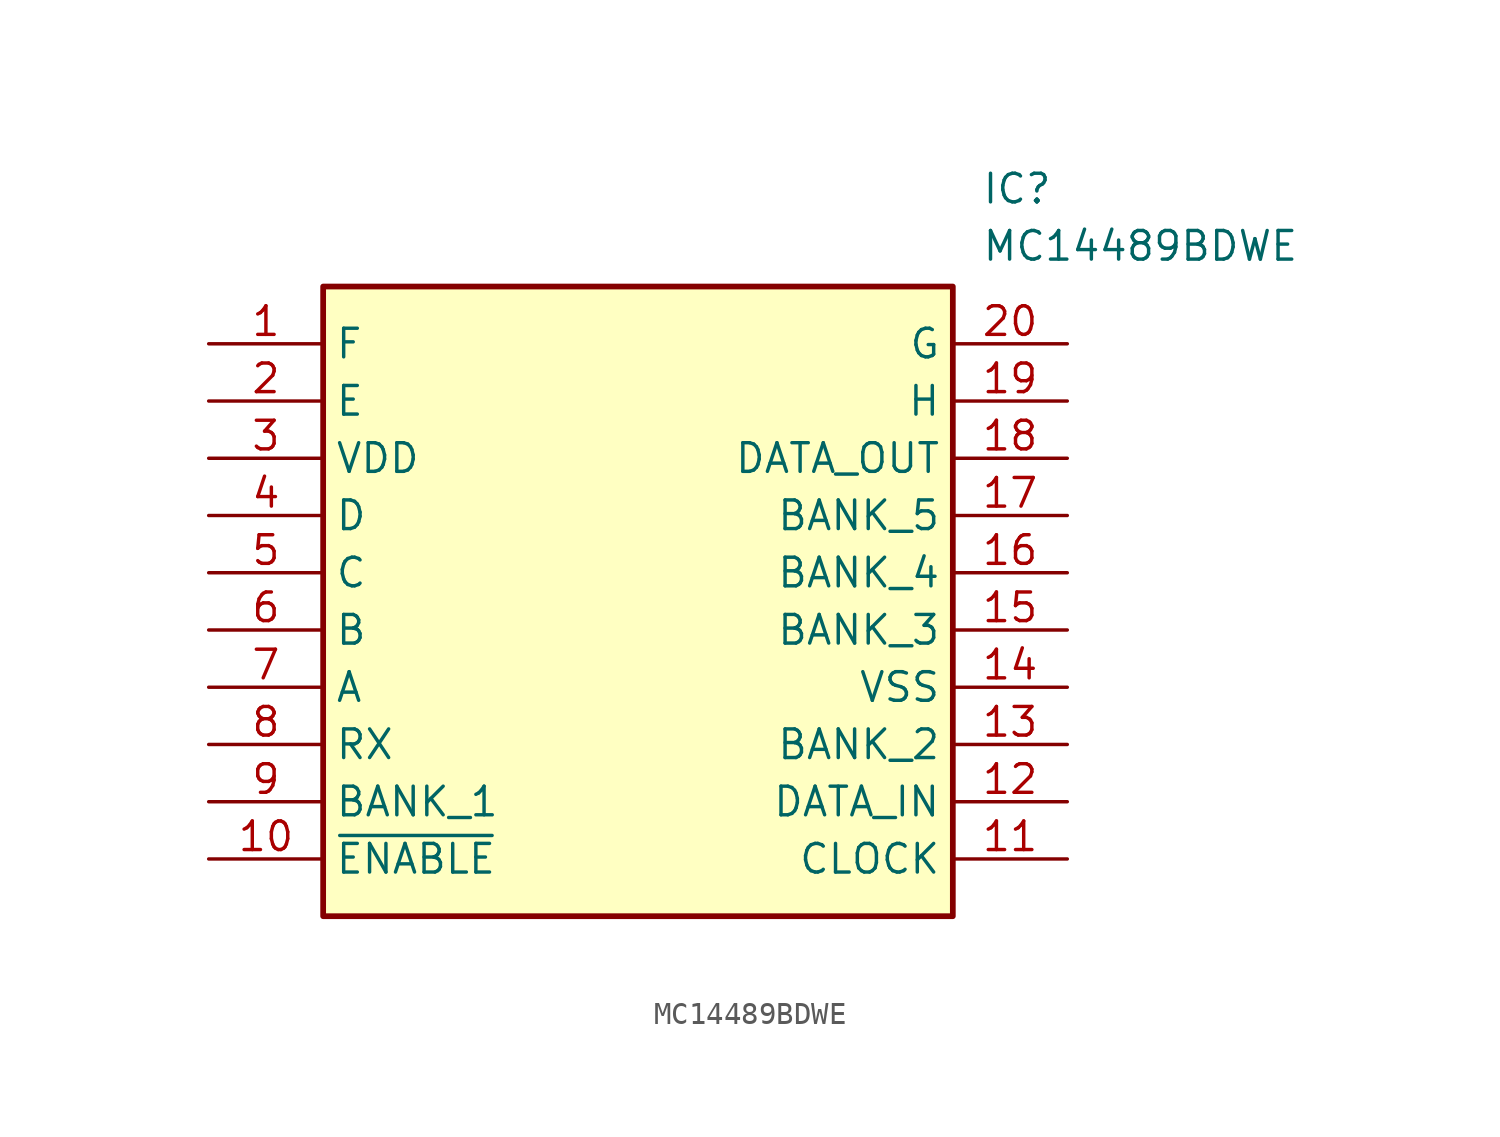
<source format=kicad_sym>
(kicad_symbol_lib
  (version 20231120)
  (generator "kicad_symbol_editor")
  (generator_version "8.0")
  (symbol "MC14489BDWE"
    (property "Reference" "IC"
      (at 34.29 7.62 0)
      (effects (font (size 1.27 1.27)) (justify left top)))
    (property "Value" "MC14489BDWE"
      (at 34.29 5.08 0)
      (effects (font (size 1.27 1.27)) (justify left top)))
    (symbol "MC14489BDWE_1_1"
      (rectangle (start 5.08 2.54) (end 33.02 -25.4) (stroke (width 0.254) (type default)) (fill (type background)))
      (pin passive line (at 0 0 0) (length 5.08) (name "F" (effects (font (size 1.27 1.27)))) (number "1" (effects (font (size 1.27 1.27)))))
      (pin passive line (at 0 -22.86 0) (length 5.08) (name "~{ENABLE}" (effects (font (size 1.27 1.27)))) (number "10" (effects (font (size 1.27 1.27)))))
      (pin passive line (at 38.1 -22.86 180) (length 5.08) (name "CLOCK" (effects (font (size 1.27 1.27)))) (number "11" (effects (font (size 1.27 1.27)))))
      (pin passive line (at 38.1 -20.32 180) (length 5.08) (name "DATA_IN" (effects (font (size 1.27 1.27)))) (number "12" (effects (font (size 1.27 1.27)))))
      (pin passive line (at 38.1 -17.78 180) (length 5.08) (name "BANK_2" (effects (font (size 1.27 1.27)))) (number "13" (effects (font (size 1.27 1.27)))))
      (pin passive line (at 38.1 -15.24 180) (length 5.08) (name "VSS" (effects (font (size 1.27 1.27)))) (number "14" (effects (font (size 1.27 1.27)))))
      (pin passive line (at 38.1 -12.7 180) (length 5.08) (name "BANK_3" (effects (font (size 1.27 1.27)))) (number "15" (effects (font (size 1.27 1.27)))))
      (pin passive line (at 38.1 -10.16 180) (length 5.08) (name "BANK_4" (effects (font (size 1.27 1.27)))) (number "16" (effects (font (size 1.27 1.27)))))
      (pin passive line (at 38.1 -7.62 180) (length 5.08) (name "BANK_5" (effects (font (size 1.27 1.27)))) (number "17" (effects (font (size 1.27 1.27)))))
      (pin passive line (at 38.1 -5.08 180) (length 5.08) (name "DATA_OUT" (effects (font (size 1.27 1.27)))) (number "18" (effects (font (size 1.27 1.27)))))
      (pin passive line (at 38.1 -2.54 180) (length 5.08) (name "H" (effects (font (size 1.27 1.27)))) (number "19" (effects (font (size 1.27 1.27)))))
      (pin passive line (at 0 -2.54 0) (length 5.08) (name "E" (effects (font (size 1.27 1.27)))) (number "2" (effects (font (size 1.27 1.27)))))
      (pin passive line (at 38.1 0 180) (length 5.08) (name "G" (effects (font (size 1.27 1.27)))) (number "20" (effects (font (size 1.27 1.27)))))
      (pin passive line (at 0 -5.08 0) (length 5.08) (name "VDD" (effects (font (size 1.27 1.27)))) (number "3" (effects (font (size 1.27 1.27)))))
      (pin passive line (at 0 -7.62 0) (length 5.08) (name "D" (effects (font (size 1.27 1.27)))) (number "4" (effects (font (size 1.27 1.27)))))
      (pin passive line (at 0 -10.16 0) (length 5.08) (name "C" (effects (font (size 1.27 1.27)))) (number "5" (effects (font (size 1.27 1.27)))))
      (pin passive line (at 0 -12.7 0) (length 5.08) (name "B" (effects (font (size 1.27 1.27)))) (number "6" (effects (font (size 1.27 1.27)))))
      (pin passive line (at 0 -15.24 0) (length 5.08) (name "A" (effects (font (size 1.27 1.27)))) (number "7" (effects (font (size 1.27 1.27)))))
      (pin passive line (at 0 -17.78 0) (length 5.08) (name "RX" (effects (font (size 1.27 1.27)))) (number "8" (effects (font (size 1.27 1.27)))))
      (pin passive line (at 0 -20.32 0) (length 5.08) (name "BANK_1" (effects (font (size 1.27 1.27)))) (number "9" (effects (font (size 1.27 1.27))))))))
</source>
